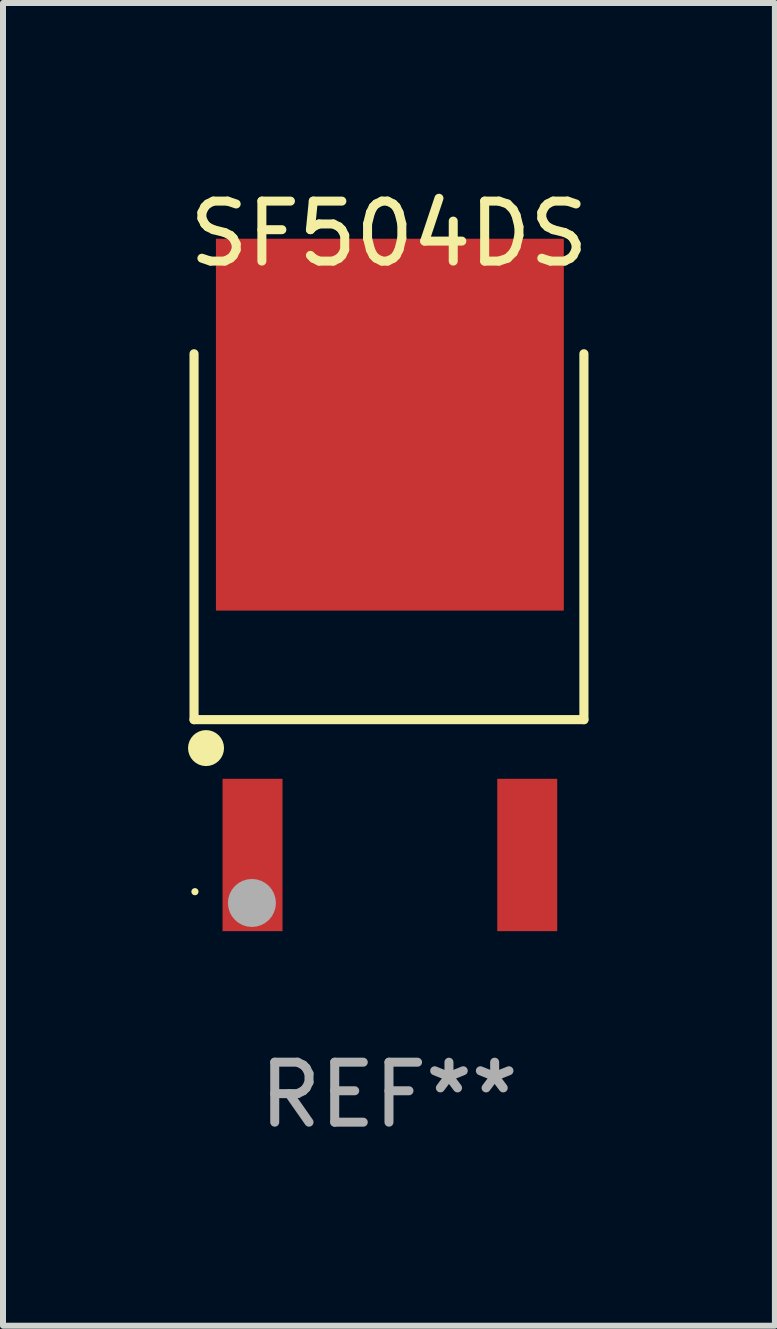
<source format=kicad_pcb>
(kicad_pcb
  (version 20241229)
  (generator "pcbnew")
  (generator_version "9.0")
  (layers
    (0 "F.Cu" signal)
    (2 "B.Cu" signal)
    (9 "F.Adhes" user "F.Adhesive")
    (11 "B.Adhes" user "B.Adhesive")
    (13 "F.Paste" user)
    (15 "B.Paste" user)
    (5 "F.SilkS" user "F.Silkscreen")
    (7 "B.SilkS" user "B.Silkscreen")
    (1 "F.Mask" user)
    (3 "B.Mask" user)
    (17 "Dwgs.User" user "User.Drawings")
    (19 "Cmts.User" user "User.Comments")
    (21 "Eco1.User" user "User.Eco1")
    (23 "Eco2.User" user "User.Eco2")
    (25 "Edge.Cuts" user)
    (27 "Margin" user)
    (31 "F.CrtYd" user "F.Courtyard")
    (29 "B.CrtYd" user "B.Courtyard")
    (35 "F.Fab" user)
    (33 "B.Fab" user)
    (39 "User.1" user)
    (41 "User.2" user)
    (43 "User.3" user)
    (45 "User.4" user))
  (footprint "SF504DS"
    (layer "F.Cu")
    (at 3.435 7.026)
    (property "Reference" "SF504DS" (at 0 -6.178 0) (layer "F.SilkS") (effects (font (size 1 1) (thickness 0.15))))
    (attr through_hole)
    (fp_line (start -3.25 1.922) (end -3.25 -4.178) (stroke (width 0.152) (type solid)) (layer "F.SilkS"))
    (fp_line (start 3.25 -4.178) (end 3.25 1.922) (stroke (width 0.152) (type solid)) (layer "F.SilkS"))
    (fp_line (start 3.25 1.922) (end -3.25 1.922) (stroke (width 0.152) (type solid)) (layer "F.SilkS"))
    (fp_circle (center -3.235 4.79) (end -3.205 4.79) (stroke (width 0.06) (type solid)) (fill no) (layer "F.SilkS"))
    (fp_circle (center -3.05 2.396) (end -2.9 2.396) (stroke (width 0.3) (type solid)) (fill no) (layer "F.SilkS"))
    (fp_circle (center -2.285 4.978) (end -2.085 4.978) (stroke (width 0.4) (type solid)) (fill no) (layer "F.Fab"))
    (fp_text user "REF**" (at 0 8.178 0) (layer "F.Fab") (effects (font (size 1 1) (thickness 0.15))))
    (pad "1" smd rect (at -2.275 4.178) (size 1 2.54) (layers "F.Cu" "F.Mask" "F.Paste"))
    (pad "2" smd rect (at 0.015 -2.996) (size 5.8 6.2) (layers "F.Cu" "F.Mask" "F.Paste"))
    (pad "3" smd rect (at 2.305 4.178) (size 1 2.54) (layers "F.Cu" "F.Mask" "F.Paste")))
  (gr_rect
    (start -3 -3)
    (end 9.869 19.052)
    (stroke (width 0.1) (type default))
    (fill no)
    (layer "Edge.Cuts")))
</source>
